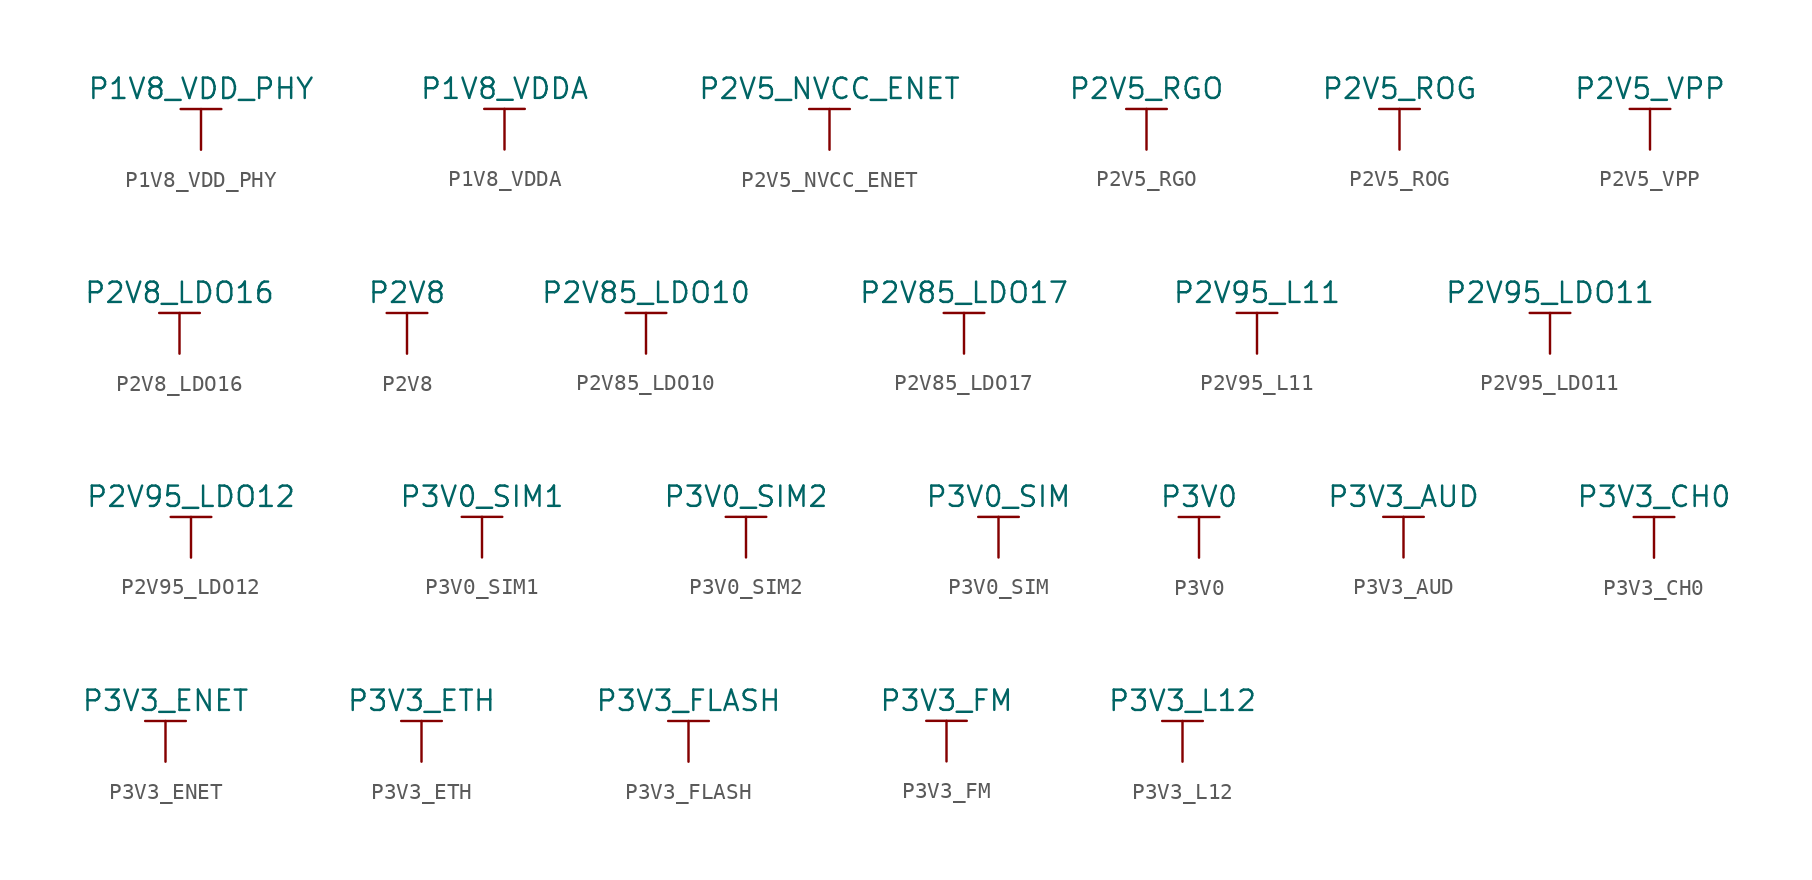
<source format=kicad_sym>
(kicad_symbol_lib
  (version 20211014)
  (generator kicad_symbol_editor)
  (symbol "P1V8_VDD_PHY"
    (power)
    (pin_names
      (offset 0))
    (property "Reference" "#PWR"
      (at 0 -3.81 0)
      (effects (font (size 1.27 1.27)) hide))
    (property "Value" "P1V8_VDD_PHY"
      (at 0 3.81 0)
      (effects (font (size 1.27 1.27))))
    (symbol "P1V8_VDD_PHY_0_1"
      (polyline (pts (xy -1.27 2.54) (xy 1.27 2.54)) (stroke (width 0.152) (type default) (color 0 0 0 0)) (fill (type none)))
      (polyline (pts (xy 0 0) (xy 0 2.54)) (stroke (width 0.152) (type default) (color 0 0 0 0)) (fill (type none))))
    (symbol "P1V8_VDD_PHY_1_1"
      (pin power_in line (at 0 0 90) (length 0) hide (name "P1V8_VDD_PHY" (effects (font (size 1.27 1.27)))) (number "1" (effects (font (size 1.27 1.27)))))))
  (symbol "P1V8_VDDA"
    (power)
    (pin_names
      (offset 0))
    (property "Reference" "#PWR"
      (at 0 -3.81 0)
      (effects (font (size 1.27 1.27)) hide))
    (property "Value" "P1V8_VDDA"
      (at 0 3.81 0)
      (effects (font (size 1.27 1.27))))
    (symbol "P1V8_VDDA_0_1"
      (polyline (pts (xy -1.27 2.54) (xy 1.27 2.54)) (stroke (width 0.152) (type default) (color 0 0 0 0)) (fill (type none)))
      (polyline (pts (xy 0 0) (xy 0 2.54)) (stroke (width 0.152) (type default) (color 0 0 0 0)) (fill (type none))))
    (symbol "P1V8_VDDA_1_1"
      (pin power_in line (at 0 0 90) (length 0) hide (name "P1V8_VDDA" (effects (font (size 1.27 1.27)))) (number "1" (effects (font (size 1.27 1.27)))))))
  (symbol "P2V5_NVCC_ENET"
    (power)
    (pin_names
      (offset 0))
    (property "Reference" "#PWR"
      (at 0 -3.81 0)
      (effects (font (size 1.27 1.27)) hide))
    (property "Value" "P2V5_NVCC_ENET"
      (at 0 3.81 0)
      (effects (font (size 1.27 1.27))))
    (symbol "P2V5_NVCC_ENET_0_1"
      (polyline (pts (xy -1.27 2.54) (xy 1.27 2.54)) (stroke (width 0.152) (type default) (color 0 0 0 0)) (fill (type none)))
      (polyline (pts (xy 0 0) (xy 0 2.54)) (stroke (width 0.152) (type default) (color 0 0 0 0)) (fill (type none))))
    (symbol "P2V5_NVCC_ENET_1_1"
      (pin power_in line (at 0 0 90) (length 0) hide (name "P2V5_NVCC_ENET" (effects (font (size 1.27 1.27)))) (number "1" (effects (font (size 1.27 1.27)))))))
  (symbol "P2V5_RGO"
    (power)
    (pin_names
      (offset 0))
    (property "Reference" "#PWR"
      (at 0 -3.81 0)
      (effects (font (size 1.27 1.27)) hide))
    (property "Value" "P2V5_RGO"
      (at 0 3.81 0)
      (effects (font (size 1.27 1.27))))
    (symbol "P2V5_RGO_0_1"
      (polyline (pts (xy -1.27 2.54) (xy 1.27 2.54)) (stroke (width 0.152) (type default) (color 0 0 0 0)) (fill (type none)))
      (polyline (pts (xy 0 0) (xy 0 2.54)) (stroke (width 0.152) (type default) (color 0 0 0 0)) (fill (type none))))
    (symbol "P2V5_RGO_1_1"
      (pin power_in line (at 0 0 90) (length 0) hide (name "P2V5_RGO" (effects (font (size 1.27 1.27)))) (number "1" (effects (font (size 1.27 1.27)))))))
  (symbol "P2V5_ROG"
    (power)
    (pin_names
      (offset 0))
    (property "Reference" "#PWR"
      (at 0 -3.81 0)
      (effects (font (size 1.27 1.27)) hide))
    (property "Value" "P2V5_ROG"
      (at 0 3.81 0)
      (effects (font (size 1.27 1.27))))
    (symbol "P2V5_ROG_0_1"
      (polyline (pts (xy -1.27 2.54) (xy 1.27 2.54)) (stroke (width 0.152) (type default) (color 0 0 0 0)) (fill (type none)))
      (polyline (pts (xy 0 0) (xy 0 2.54)) (stroke (width 0.152) (type default) (color 0 0 0 0)) (fill (type none))))
    (symbol "P2V5_ROG_1_1"
      (pin power_in line (at 0 0 90) (length 0) hide (name "P2V5_ROG" (effects (font (size 1.27 1.27)))) (number "1" (effects (font (size 1.27 1.27)))))))
  (symbol "P2V5_VPP"
    (power)
    (pin_names
      (offset 0))
    (property "Reference" "#PWR"
      (at 0 -3.81 0)
      (effects (font (size 1.27 1.27)) hide))
    (property "Value" "P2V5_VPP"
      (at 0 3.81 0)
      (effects (font (size 1.27 1.27))))
    (symbol "P2V5_VPP_0_1"
      (polyline (pts (xy -1.27 2.54) (xy 1.27 2.54)) (stroke (width 0.152) (type default) (color 0 0 0 0)) (fill (type none)))
      (polyline (pts (xy 0 0) (xy 0 2.54)) (stroke (width 0.152) (type default) (color 0 0 0 0)) (fill (type none))))
    (symbol "P2V5_VPP_1_1"
      (pin power_in line (at 0 0 90) (length 0) hide (name "P2V5_VPP" (effects (font (size 1.27 1.27)))) (number "1" (effects (font (size 1.27 1.27)))))))
  (symbol "P2V8_LDO16"
    (power)
    (pin_names
      (offset 0))
    (property "Reference" "#PWR"
      (at 0 -3.81 0)
      (effects (font (size 1.27 1.27)) hide))
    (property "Value" "P2V8_LDO16"
      (at 0 3.81 0)
      (effects (font (size 1.27 1.27))))
    (symbol "P2V8_LDO16_0_1"
      (polyline (pts (xy -1.27 2.54) (xy 1.27 2.54)) (stroke (width 0.152) (type default) (color 0 0 0 0)) (fill (type none)))
      (polyline (pts (xy 0 0) (xy 0 2.54)) (stroke (width 0.152) (type default) (color 0 0 0 0)) (fill (type none))))
    (symbol "P2V8_LDO16_1_1"
      (pin power_in line (at 0 0 90) (length 0) hide (name "P2V8_LDO16" (effects (font (size 1.27 1.27)))) (number "1" (effects (font (size 1.27 1.27)))))))
  (symbol "P2V8"
    (power)
    (pin_names
      (offset 0))
    (property "Reference" "#PWR"
      (at 0 -3.81 0)
      (effects (font (size 1.27 1.27)) hide))
    (property "Value" "P2V8"
      (at 0 3.81 0)
      (effects (font (size 1.27 1.27))))
    (symbol "P2V8_0_1"
      (polyline (pts (xy -1.27 2.54) (xy 1.27 2.54)) (stroke (width 0.152) (type default) (color 0 0 0 0)) (fill (type none)))
      (polyline (pts (xy 0 0) (xy 0 2.54)) (stroke (width 0.152) (type default) (color 0 0 0 0)) (fill (type none))))
    (symbol "P2V8_1_1"
      (pin power_in line (at 0 0 90) (length 0) hide (name "P2V8" (effects (font (size 1.27 1.27)))) (number "1" (effects (font (size 1.27 1.27)))))))
  (symbol "P2V85_LDO10"
    (power)
    (pin_names
      (offset 0))
    (property "Reference" "#PWR"
      (at 0 -3.81 0)
      (effects (font (size 1.27 1.27)) hide))
    (property "Value" "P2V85_LDO10"
      (at 0 3.81 0)
      (effects (font (size 1.27 1.27))))
    (symbol "P2V85_LDO10_0_1"
      (polyline (pts (xy -1.27 2.54) (xy 1.27 2.54)) (stroke (width 0.152) (type default) (color 0 0 0 0)) (fill (type none)))
      (polyline (pts (xy 0 0) (xy 0 2.54)) (stroke (width 0.152) (type default) (color 0 0 0 0)) (fill (type none))))
    (symbol "P2V85_LDO10_1_1"
      (pin power_in line (at 0 0 90) (length 0) hide (name "P2V85_LDO10" (effects (font (size 1.27 1.27)))) (number "1" (effects (font (size 1.27 1.27)))))))
  (symbol "P2V85_LDO17"
    (power)
    (pin_names
      (offset 0))
    (property "Reference" "#PWR"
      (at 0 -3.81 0)
      (effects (font (size 1.27 1.27)) hide))
    (property "Value" "P2V85_LDO17"
      (at 0 3.81 0)
      (effects (font (size 1.27 1.27))))
    (symbol "P2V85_LDO17_0_1"
      (polyline (pts (xy -1.27 2.54) (xy 1.27 2.54)) (stroke (width 0.152) (type default) (color 0 0 0 0)) (fill (type none)))
      (polyline (pts (xy 0 0) (xy 0 2.54)) (stroke (width 0.152) (type default) (color 0 0 0 0)) (fill (type none))))
    (symbol "P2V85_LDO17_1_1"
      (pin power_in line (at 0 0 90) (length 0) hide (name "P2V85_LDO17" (effects (font (size 1.27 1.27)))) (number "1" (effects (font (size 1.27 1.27)))))))
  (symbol "P2V95_L11"
    (power)
    (pin_names
      (offset 0))
    (property "Reference" "#PWR"
      (at 0 -3.81 0)
      (effects (font (size 1.27 1.27)) hide))
    (property "Value" "P2V95_L11"
      (at 0 3.81 0)
      (effects (font (size 1.27 1.27))))
    (symbol "P2V95_L11_0_1"
      (polyline (pts (xy -1.27 2.54) (xy 1.27 2.54)) (stroke (width 0.152) (type default) (color 0 0 0 0)) (fill (type none)))
      (polyline (pts (xy 0 0) (xy 0 2.54)) (stroke (width 0.152) (type default) (color 0 0 0 0)) (fill (type none))))
    (symbol "P2V95_L11_1_1"
      (pin power_in line (at 0 0 90) (length 0) hide (name "P2V95_L11" (effects (font (size 1.27 1.27)))) (number "1" (effects (font (size 1.27 1.27)))))))
  (symbol "P2V95_LDO11"
    (power)
    (pin_names
      (offset 0))
    (property "Reference" "#PWR"
      (at 0 -3.81 0)
      (effects (font (size 1.27 1.27)) hide))
    (property "Value" "P2V95_LDO11"
      (at 0 3.81 0)
      (effects (font (size 1.27 1.27))))
    (symbol "P2V95_LDO11_0_1"
      (polyline (pts (xy -1.27 2.54) (xy 1.27 2.54)) (stroke (width 0.152) (type default) (color 0 0 0 0)) (fill (type none)))
      (polyline (pts (xy 0 0) (xy 0 2.54)) (stroke (width 0.152) (type default) (color 0 0 0 0)) (fill (type none))))
    (symbol "P2V95_LDO11_1_1"
      (pin power_in line (at 0 0 90) (length 0) hide (name "P2V95_LDO11" (effects (font (size 1.27 1.27)))) (number "1" (effects (font (size 1.27 1.27)))))))
  (symbol "P2V95_LDO12"
    (power)
    (pin_names
      (offset 0))
    (property "Reference" "#PWR"
      (at 0 -3.81 0)
      (effects (font (size 1.27 1.27)) hide))
    (property "Value" "P2V95_LDO12"
      (at 0 3.81 0)
      (effects (font (size 1.27 1.27))))
    (symbol "P2V95_LDO12_0_1"
      (polyline (pts (xy -1.27 2.54) (xy 1.27 2.54)) (stroke (width 0.152) (type default) (color 0 0 0 0)) (fill (type none)))
      (polyline (pts (xy 0 0) (xy 0 2.54)) (stroke (width 0.152) (type default) (color 0 0 0 0)) (fill (type none))))
    (symbol "P2V95_LDO12_1_1"
      (pin power_in line (at 0 0 90) (length 0) hide (name "P2V95_LDO12" (effects (font (size 1.27 1.27)))) (number "1" (effects (font (size 1.27 1.27)))))))
  (symbol "P3V0_SIM1"
    (power)
    (pin_names
      (offset 0))
    (property "Reference" "#PWR"
      (at 0 -3.81 0)
      (effects (font (size 1.27 1.27)) hide))
    (property "Value" "P3V0_SIM1"
      (at 0 3.81 0)
      (effects (font (size 1.27 1.27))))
    (symbol "P3V0_SIM1_0_1"
      (polyline (pts (xy -1.27 2.54) (xy 1.27 2.54)) (stroke (width 0.152) (type default) (color 0 0 0 0)) (fill (type none)))
      (polyline (pts (xy 0 0) (xy 0 2.54)) (stroke (width 0.152) (type default) (color 0 0 0 0)) (fill (type none))))
    (symbol "P3V0_SIM1_1_1"
      (pin power_in line (at 0 0 90) (length 0) hide (name "P3V0_SIM1" (effects (font (size 1.27 1.27)))) (number "1" (effects (font (size 1.27 1.27)))))))
  (symbol "P3V0_SIM2"
    (power)
    (pin_names
      (offset 0))
    (property "Reference" "#PWR"
      (at 0 -3.81 0)
      (effects (font (size 1.27 1.27)) hide))
    (property "Value" "P3V0_SIM2"
      (at 0 3.81 0)
      (effects (font (size 1.27 1.27))))
    (symbol "P3V0_SIM2_0_1"
      (polyline (pts (xy -1.27 2.54) (xy 1.27 2.54)) (stroke (width 0.152) (type default) (color 0 0 0 0)) (fill (type none)))
      (polyline (pts (xy 0 0) (xy 0 2.54)) (stroke (width 0.152) (type default) (color 0 0 0 0)) (fill (type none))))
    (symbol "P3V0_SIM2_1_1"
      (pin power_in line (at 0 0 90) (length 0) hide (name "P3V0_SIM2" (effects (font (size 1.27 1.27)))) (number "1" (effects (font (size 1.27 1.27)))))))
  (symbol "P3V0_SIM"
    (power)
    (pin_names
      (offset 0))
    (property "Reference" "#PWR"
      (at 0 -3.81 0)
      (effects (font (size 1.27 1.27)) hide))
    (property "Value" "P3V0_SIM"
      (at 0 3.81 0)
      (effects (font (size 1.27 1.27))))
    (symbol "P3V0_SIM_0_1"
      (polyline (pts (xy -1.27 2.54) (xy 1.27 2.54)) (stroke (width 0.152) (type default) (color 0 0 0 0)) (fill (type none)))
      (polyline (pts (xy 0 0) (xy 0 2.54)) (stroke (width 0.152) (type default) (color 0 0 0 0)) (fill (type none))))
    (symbol "P3V0_SIM_1_1"
      (pin power_in line (at 0 0 90) (length 0) hide (name "P3V0_SIM" (effects (font (size 1.27 1.27)))) (number "1" (effects (font (size 1.27 1.27)))))))
  (symbol "P3V0"
    (power)
    (pin_names
      (offset 0))
    (property "Reference" "#PWR"
      (at 0 -3.81 0)
      (effects (font (size 1.27 1.27)) hide))
    (property "Value" "P3V0"
      (at 0 3.81 0)
      (effects (font (size 1.27 1.27))))
    (symbol "P3V0_0_1"
      (polyline (pts (xy -1.27 2.54) (xy 1.27 2.54)) (stroke (width 0.152) (type default) (color 0 0 0 0)) (fill (type none)))
      (polyline (pts (xy 0 0) (xy 0 2.54)) (stroke (width 0.152) (type default) (color 0 0 0 0)) (fill (type none))))
    (symbol "P3V0_1_1"
      (pin power_in line (at 0 0 90) (length 0) hide (name "P3V0" (effects (font (size 1.27 1.27)))) (number "1" (effects (font (size 1.27 1.27)))))))
  (symbol "P3V3_AUD"
    (power)
    (pin_names
      (offset 0))
    (property "Reference" "#PWR"
      (at 0 -3.81 0)
      (effects (font (size 1.27 1.27)) hide))
    (property "Value" "P3V3_AUD"
      (at 0 3.81 0)
      (effects (font (size 1.27 1.27))))
    (symbol "P3V3_AUD_0_1"
      (polyline (pts (xy -1.27 2.54) (xy 1.27 2.54)) (stroke (width 0.152) (type default) (color 0 0 0 0)) (fill (type none)))
      (polyline (pts (xy 0 0) (xy 0 2.54)) (stroke (width 0.152) (type default) (color 0 0 0 0)) (fill (type none))))
    (symbol "P3V3_AUD_1_1"
      (pin power_in line (at 0 0 90) (length 0) hide (name "P3V3_AUD" (effects (font (size 1.27 1.27)))) (number "1" (effects (font (size 1.27 1.27)))))))
  (symbol "P3V3_CH0"
    (power)
    (pin_names
      (offset 0))
    (property "Reference" "#PWR"
      (at 0 -3.81 0)
      (effects (font (size 1.27 1.27)) hide))
    (property "Value" "P3V3_CH0"
      (at 0 3.81 0)
      (effects (font (size 1.27 1.27))))
    (symbol "P3V3_CH0_0_1"
      (polyline (pts (xy -1.27 2.54) (xy 1.27 2.54)) (stroke (width 0.152) (type default) (color 0 0 0 0)) (fill (type none)))
      (polyline (pts (xy 0 0) (xy 0 2.54)) (stroke (width 0.152) (type default) (color 0 0 0 0)) (fill (type none))))
    (symbol "P3V3_CH0_1_1"
      (pin power_in line (at 0 0 90) (length 0) hide (name "P3V3_CH0" (effects (font (size 1.27 1.27)))) (number "1" (effects (font (size 1.27 1.27)))))))
  (symbol "P3V3_ENET"
    (power)
    (pin_names
      (offset 0))
    (property "Reference" "#PWR"
      (at 0 -3.81 0)
      (effects (font (size 1.27 1.27)) hide))
    (property "Value" "P3V3_ENET"
      (at 0 3.81 0)
      (effects (font (size 1.27 1.27))))
    (symbol "P3V3_ENET_0_1"
      (polyline (pts (xy -1.27 2.54) (xy 1.27 2.54)) (stroke (width 0.152) (type default) (color 0 0 0 0)) (fill (type none)))
      (polyline (pts (xy 0 0) (xy 0 2.54)) (stroke (width 0.152) (type default) (color 0 0 0 0)) (fill (type none))))
    (symbol "P3V3_ENET_1_1"
      (pin power_in line (at 0 0 90) (length 0) hide (name "P3V3_ENET" (effects (font (size 1.27 1.27)))) (number "1" (effects (font (size 1.27 1.27)))))))
  (symbol "P3V3_ETH"
    (power)
    (pin_names
      (offset 0))
    (property "Reference" "#PWR"
      (at 0 -3.81 0)
      (effects (font (size 1.27 1.27)) hide))
    (property "Value" "P3V3_ETH"
      (at 0 3.81 0)
      (effects (font (size 1.27 1.27))))
    (symbol "P3V3_ETH_0_1"
      (polyline (pts (xy -1.27 2.54) (xy 1.27 2.54)) (stroke (width 0.152) (type default) (color 0 0 0 0)) (fill (type none)))
      (polyline (pts (xy 0 0) (xy 0 2.54)) (stroke (width 0.152) (type default) (color 0 0 0 0)) (fill (type none))))
    (symbol "P3V3_ETH_1_1"
      (pin power_in line (at 0 0 90) (length 0) hide (name "P3V3_ETH" (effects (font (size 1.27 1.27)))) (number "1" (effects (font (size 1.27 1.27)))))))
  (symbol "P3V3_FLASH"
    (power)
    (pin_names
      (offset 0))
    (property "Reference" "#PWR"
      (at 0 -3.81 0)
      (effects (font (size 1.27 1.27)) hide))
    (property "Value" "P3V3_FLASH"
      (at 0 3.81 0)
      (effects (font (size 1.27 1.27))))
    (symbol "P3V3_FLASH_0_1"
      (polyline (pts (xy -1.27 2.54) (xy 1.27 2.54)) (stroke (width 0.152) (type default) (color 0 0 0 0)) (fill (type none)))
      (polyline (pts (xy 0 0) (xy 0 2.54)) (stroke (width 0.152) (type default) (color 0 0 0 0)) (fill (type none))))
    (symbol "P3V3_FLASH_1_1"
      (pin power_in line (at 0 0 90) (length 0) hide (name "P3V3_FLASH" (effects (font (size 1.27 1.27)))) (number "1" (effects (font (size 1.27 1.27)))))))
  (symbol "P3V3_FM"
    (power)
    (pin_names
      (offset 0))
    (property "Reference" "#PWR"
      (at 0 -3.81 0)
      (effects (font (size 1.27 1.27)) hide))
    (property "Value" "P3V3_FM"
      (at 0 3.81 0)
      (effects (font (size 1.27 1.27))))
    (symbol "P3V3_FM_0_1"
      (polyline (pts (xy -1.27 2.54) (xy 1.27 2.54)) (stroke (width 0.152) (type default) (color 0 0 0 0)) (fill (type none)))
      (polyline (pts (xy 0 0) (xy 0 2.54)) (stroke (width 0.152) (type default) (color 0 0 0 0)) (fill (type none))))
    (symbol "P3V3_FM_1_1"
      (pin power_in line (at 0 0 90) (length 0) hide (name "P3V3_FM" (effects (font (size 1.27 1.27)))) (number "1" (effects (font (size 1.27 1.27)))))))
  (symbol "P3V3_L12"
    (power)
    (pin_names
      (offset 0))
    (property "Reference" "#PWR"
      (at 0 -3.81 0)
      (effects (font (size 1.27 1.27)) hide))
    (property "Value" "P3V3_L12"
      (at 0 3.81 0)
      (effects (font (size 1.27 1.27))))
    (symbol "P3V3_L12_0_1"
      (polyline (pts (xy -1.27 2.54) (xy 1.27 2.54)) (stroke (width 0.152) (type default) (color 0 0 0 0)) (fill (type none)))
      (polyline (pts (xy 0 0) (xy 0 2.54)) (stroke (width 0.152) (type default) (color 0 0 0 0)) (fill (type none))))
    (symbol "P3V3_L12_1_1"
      (pin power_in line (at 0 0 90) (length 0) hide (name "P3V3_L12" (effects (font (size 1.27 1.27)))) (number "1" (effects (font (size 1.27 1.27))))))))
</source>
